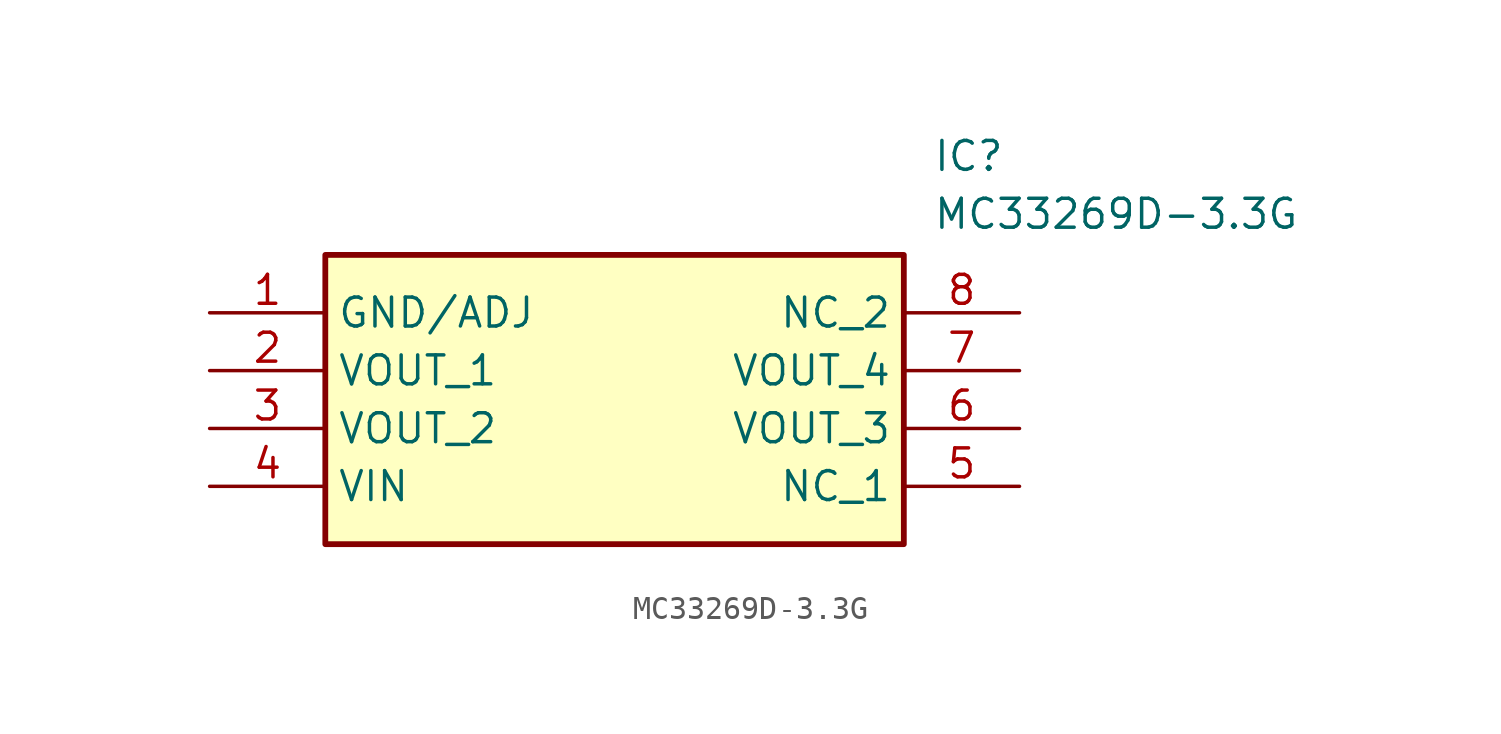
<source format=kicad_sym>
(kicad_symbol_lib
  (version 20211014)
  (generator SamacSys_ECAD_Model)
  (symbol "MC33269D-3.3G"
    (property "Reference" "IC"
      (at 31.75 7.62 0)
      (effects (font (size 1.27 1.27)) (justify left top)))
    (property "Value" "MC33269D-3.3G"
      (at 31.75 5.08 0)
      (effects (font (size 1.27 1.27)) (justify left top)))
    (rectangle
      (start 5.08 2.54)
      (end 30.48 -10.16)
      (stroke (width 0.254) (type default))
      (fill (type background)))
    (pin passive line
      (at 0 0 0)
      (length 5.08)
      (name "GND/ADJ" (effects (font (size 1.27 1.27))))
      (number "1" (effects (font (size 1.27 1.27)))))
    (pin passive line
      (at 0 -2.54 0)
      (length 5.08)
      (name "VOUT_1" (effects (font (size 1.27 1.27))))
      (number "2" (effects (font (size 1.27 1.27)))))
    (pin passive line
      (at 0 -5.08 0)
      (length 5.08)
      (name "VOUT_2" (effects (font (size 1.27 1.27))))
      (number "3" (effects (font (size 1.27 1.27)))))
    (pin passive line
      (at 0 -7.62 0)
      (length 5.08)
      (name "VIN" (effects (font (size 1.27 1.27))))
      (number "4" (effects (font (size 1.27 1.27)))))
    (pin passive line
      (at 35.56 0 180)
      (length 5.08)
      (name "NC_2" (effects (font (size 1.27 1.27))))
      (number "8" (effects (font (size 1.27 1.27)))))
    (pin passive line
      (at 35.56 -2.54 180)
      (length 5.08)
      (name "VOUT_4" (effects (font (size 1.27 1.27))))
      (number "7" (effects (font (size 1.27 1.27)))))
    (pin passive line
      (at 35.56 -5.08 180)
      (length 5.08)
      (name "VOUT_3" (effects (font (size 1.27 1.27))))
      (number "6" (effects (font (size 1.27 1.27)))))
    (pin passive line
      (at 35.56 -7.62 180)
      (length 5.08)
      (name "NC_1" (effects (font (size 1.27 1.27))))
      (number "5" (effects (font (size 1.27 1.27)))))))
</source>
